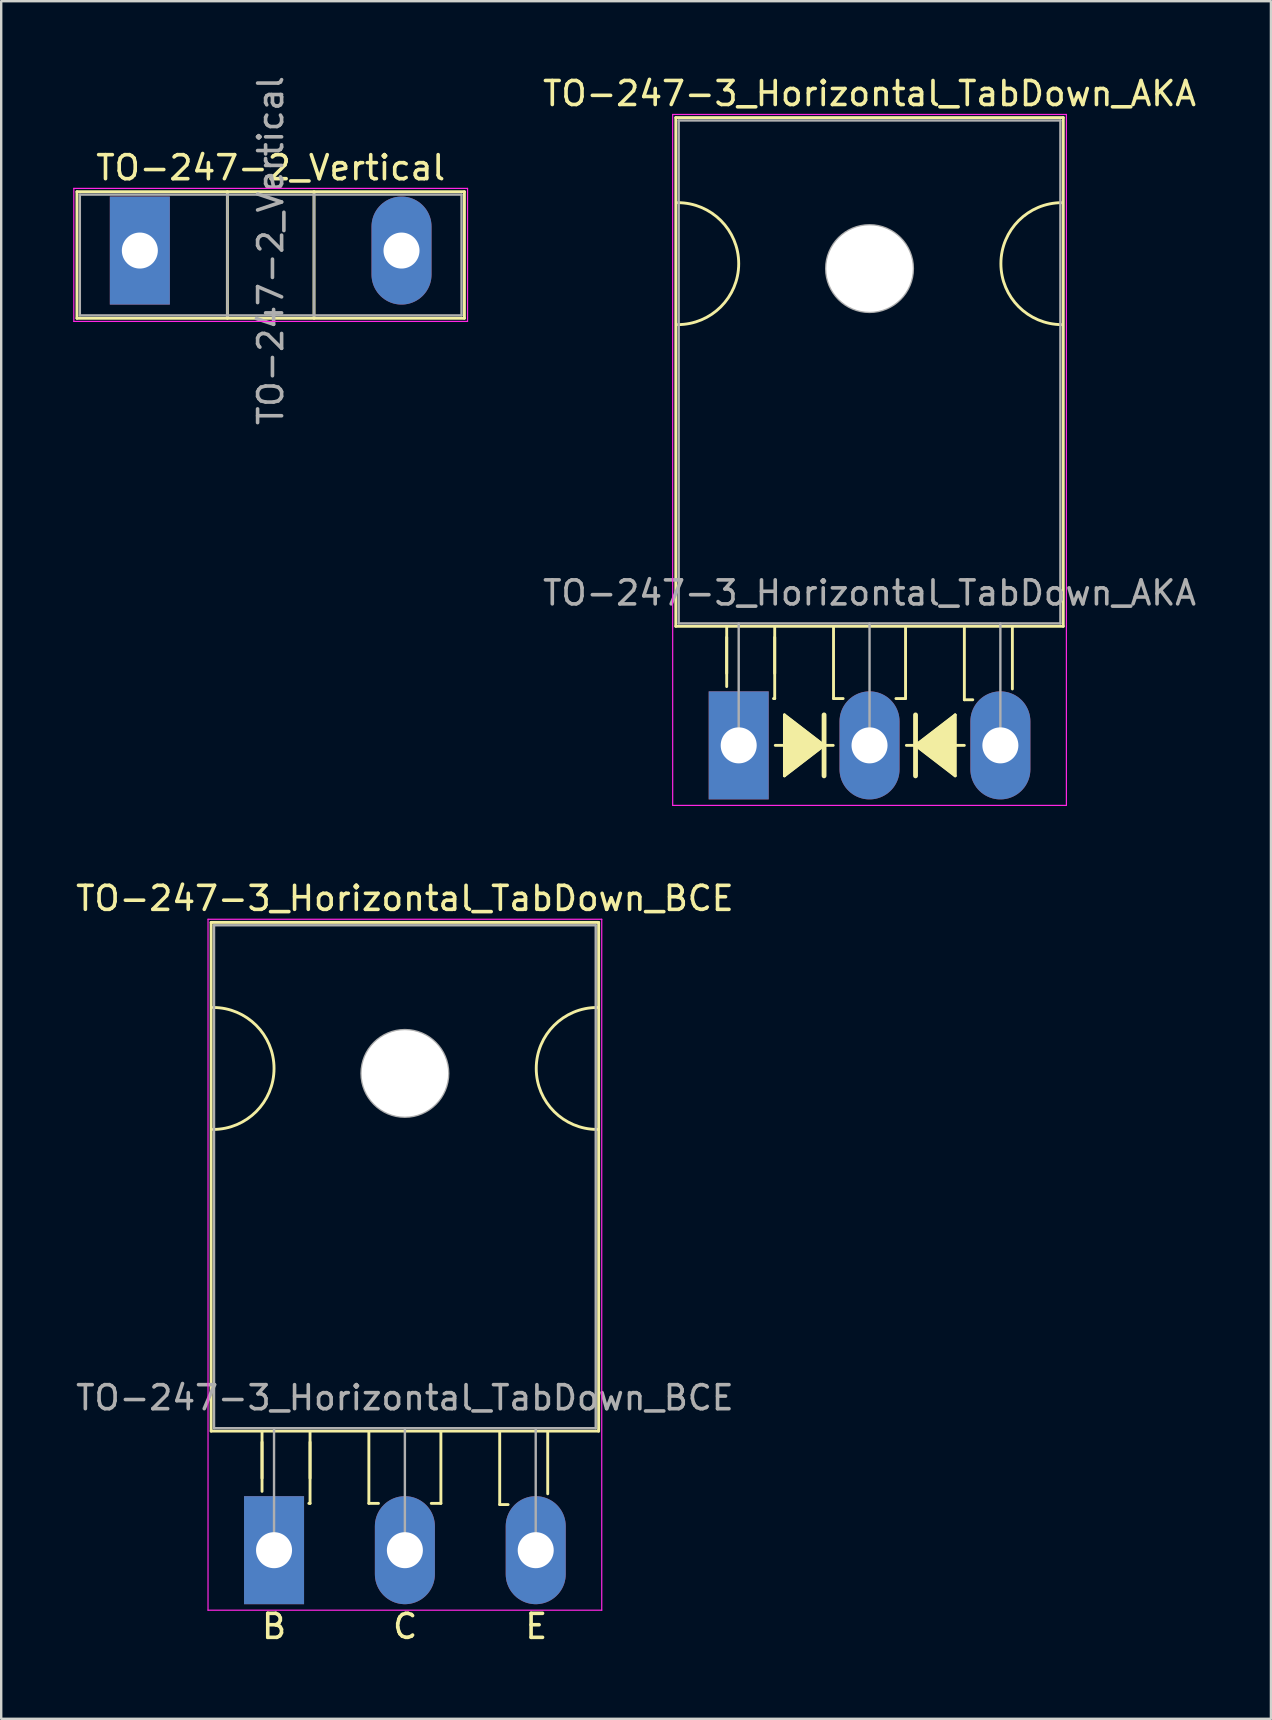
<source format=kicad_pcb>
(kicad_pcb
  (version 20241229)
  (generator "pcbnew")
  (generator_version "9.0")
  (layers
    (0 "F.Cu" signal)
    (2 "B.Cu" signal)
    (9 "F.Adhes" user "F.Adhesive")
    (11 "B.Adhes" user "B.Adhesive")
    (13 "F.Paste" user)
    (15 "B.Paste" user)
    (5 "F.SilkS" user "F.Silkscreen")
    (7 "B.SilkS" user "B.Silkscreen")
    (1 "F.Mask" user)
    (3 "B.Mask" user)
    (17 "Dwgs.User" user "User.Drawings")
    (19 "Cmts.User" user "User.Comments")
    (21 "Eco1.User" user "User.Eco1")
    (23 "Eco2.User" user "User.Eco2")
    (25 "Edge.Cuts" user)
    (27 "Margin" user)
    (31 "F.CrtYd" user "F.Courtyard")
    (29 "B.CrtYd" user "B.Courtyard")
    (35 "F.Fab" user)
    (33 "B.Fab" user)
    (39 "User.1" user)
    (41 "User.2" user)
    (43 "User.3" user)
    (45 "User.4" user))
  (footprint "TO-247-3_Horizontal_TabDown_BCE"
    (layer "F.Cu")
    (at 8.365 61.522)
    (property "Reference" "TO-247-3_Horizontal_TabDown_BCE" (at 5.45 -27.15 0) (layer "F.SilkS") (effects (font (size 1 1) (thickness 0.15))))
    (fp_line (start -2.62 -26.15) (end -2.62 -4.96) (stroke (width 0.12) (type solid)) (layer "F.SilkS"))
    (fp_line (start -2.62 -26.15) (end 13.52 -26.15) (stroke (width 0.12) (type solid)) (layer "F.SilkS"))
    (fp_line (start -2.62 -4.96) (end 13.52 -4.96) (stroke (width 0.12) (type solid)) (layer "F.SilkS"))
    (fp_line (start -0.5 -4.95) (end -0.5 -2.45) (stroke (width 0.12) (type solid)) (layer "F.SilkS"))
    (fp_line (start -0.5 -4.5) (end -0.5 -3) (stroke (width 0.12) (type solid)) (layer "F.SilkS"))
    (fp_line (start 1.5 -4.95) (end 1.5 -1.95) (stroke (width 0.12) (type solid)) (layer "F.SilkS"))
    (fp_line (start 1.5 -4.5) (end 1.5 -3) (stroke (width 0.12) (type solid)) (layer "F.SilkS"))
    (fp_line (start 1.5 -1.95) (end 1.45 -1.95) (stroke (width 0.12) (type solid)) (layer "F.SilkS"))
    (fp_line (start 3.95 -4.9) (end 3.95 -1.95) (stroke (width 0.12) (type solid)) (layer "F.SilkS"))
    (fp_line (start 3.95 -1.95) (end 4.35 -1.95) (stroke (width 0.12) (type solid)) (layer "F.SilkS"))
    (fp_line (start 6.95 -4.95) (end 6.95 -1.95) (stroke (width 0.12) (type solid)) (layer "F.SilkS"))
    (fp_line (start 6.95 -1.95) (end 6.55 -1.95) (stroke (width 0.12) (type solid)) (layer "F.SilkS"))
    (fp_line (start 9.4 -4.9) (end 9.4 -1.9) (stroke (width 0.12) (type solid)) (layer "F.SilkS"))
    (fp_line (start 9.4 -1.9) (end 9.75 -1.9) (stroke (width 0.12) (type solid)) (layer "F.SilkS"))
    (fp_line (start 11.4 -4.9) (end 11.4 -2.35) (stroke (width 0.12) (type solid)) (layer "F.SilkS"))
    (fp_line (start 13.52 -26.15) (end 13.52 -4.96) (stroke (width 0.12) (type solid)) (layer "F.SilkS"))
    (fp_arc (start -2.54 -22.606) (mid 0 -20.066) (end -2.54 -17.526) (stroke (width 0.12) (type solid)) (layer "F.SilkS"))
    (fp_arc (start 13.462 -17.526) (mid 10.922 -20.066) (end 13.462 -22.606) (stroke (width 0.12) (type solid)) (layer "F.SilkS"))
    (fp_line (start -2.75 -26.28) (end -2.75 2.5) (stroke (width 0.05) (type solid)) (layer "F.CrtYd"))
    (fp_line (start -2.75 2.5) (end 13.65 2.5) (stroke (width 0.05) (type solid)) (layer "F.CrtYd"))
    (fp_line (start 13.65 -26.28) (end -2.75 -26.28) (stroke (width 0.05) (type solid)) (layer "F.CrtYd"))
    (fp_line (start 13.65 2.5) (end 13.65 -26.28) (stroke (width 0.05) (type solid)) (layer "F.CrtYd"))
    (fp_line (start -2.5 -26.03) (end 13.4 -26.03) (stroke (width 0.1) (type solid)) (layer "F.Fab"))
    (fp_line (start -2.5 -5.08) (end -2.5 -26.03) (stroke (width 0.1) (type solid)) (layer "F.Fab"))
    (fp_line (start 0 -5.08) (end 0 0) (stroke (width 0.1) (type solid)) (layer "F.Fab"))
    (fp_line (start 5.45 -5.08) (end 5.45 0) (stroke (width 0.1) (type solid)) (layer "F.Fab"))
    (fp_line (start 10.9 -5.08) (end 10.9 0) (stroke (width 0.1) (type solid)) (layer "F.Fab"))
    (fp_line (start 13.4 -26.03) (end 13.4 -5.08) (stroke (width 0.1) (type solid)) (layer "F.Fab"))
    (fp_line (start 13.4 -5.08) (end -2.5 -5.08) (stroke (width 0.1) (type solid)) (layer "F.Fab"))
    (fp_circle (center 5.45 -19.86) (end 7.255 -19.86) (stroke (width 0.1) (type solid)) (fill no) (layer "F.Fab"))
    (fp_text user "B" (at 0 3.175 0) (unlocked yes) (layer "F.SilkS") (effects (font (size 1 1) (thickness 0.15))))
    (fp_text user "C" (at 5.461 3.175 0) (unlocked yes) (layer "F.SilkS") (effects (font (size 1 1) (thickness 0.15))))
    (fp_text user "E" (at 10.922 3.175 0) (unlocked yes) (layer "F.SilkS") (effects (font (size 1 1) (thickness 0.15))))
    (fp_text user "${REFERENCE}" (at 5.45 -6.35 0) (layer "F.Fab") (effects (font (size 1 1) (thickness 0.15))))
    (pad "" np_thru_hole oval (at 5.45 -19.86) (size 3.6 3.6) (drill 3.6) (layers "*.Cu" "*.Mask"))
    (pad "1" thru_hole rect (at 0 0) (size 2.5 4.5) (drill 1.5) (layers "*.Cu" "*.Mask"))
    (pad "2" thru_hole oval (at 5.45 0) (size 2.5 4.5) (drill 1.5) (layers "*.Cu" "*.Mask"))
    (pad "3" thru_hole oval (at 10.9 0) (size 2.5 4.5) (drill 1.5) (layers "*.Cu" "*.Mask")))
  (footprint "TO-247-2_Vertical"
    (layer "F.Cu")
    (at 2.775 7.387)
    (property "Reference" "TO-247-2_Vertical" (at 5.45 -3.45 0) (layer "F.SilkS") (effects (font (size 1 1) (thickness 0.15))))
    (attr through_hole)
    (fp_line (start -2.62 -2.451) (end -2.62 2.82) (stroke (width 0.12) (type solid)) (layer "F.SilkS"))
    (fp_line (start -2.62 -2.451) (end 13.52 -2.451) (stroke (width 0.12) (type solid)) (layer "F.SilkS"))
    (fp_line (start -2.62 2.82) (end 13.52 2.82) (stroke (width 0.12) (type solid)) (layer "F.SilkS"))
    (fp_line (start 3.646 -2.451) (end 3.646 2.82) (stroke (width 0.12) (type solid)) (layer "F.SilkS"))
    (fp_line (start 7.255 -2.451) (end 7.255 2.82) (stroke (width 0.12) (type solid)) (layer "F.SilkS"))
    (fp_line (start 13.52 -2.451) (end 13.52 2.82) (stroke (width 0.12) (type solid)) (layer "F.SilkS"))
    (fp_line (start -2.75 -2.59) (end -2.75 2.95) (stroke (width 0.05) (type solid)) (layer "F.CrtYd"))
    (fp_line (start -2.75 2.95) (end 13.65 2.95) (stroke (width 0.05) (type solid)) (layer "F.CrtYd"))
    (fp_line (start 13.65 -2.59) (end -2.75 -2.59) (stroke (width 0.05) (type solid)) (layer "F.CrtYd"))
    (fp_line (start 13.65 2.95) (end 13.65 -2.59) (stroke (width 0.05) (type solid)) (layer "F.CrtYd"))
    (fp_line (start -2.5 -2.33) (end -2.5 2.7) (stroke (width 0.1) (type solid)) (layer "F.Fab"))
    (fp_line (start -2.5 2.7) (end 13.4 2.7) (stroke (width 0.1) (type solid)) (layer "F.Fab"))
    (fp_line (start 3.645 -2.33) (end 3.645 2.7) (stroke (width 0.1) (type solid)) (layer "F.Fab"))
    (fp_line (start 7.255 -2.33) (end 7.255 2.7) (stroke (width 0.1) (type solid)) (layer "F.Fab"))
    (fp_line (start 13.4 -2.33) (end -2.5 -2.33) (stroke (width 0.1) (type solid)) (layer "F.Fab"))
    (fp_line (start 13.4 2.7) (end 13.4 -2.33) (stroke (width 0.1) (type solid)) (layer "F.Fab"))
    (fp_text user "${REFERENCE}" (at 5.45 0 90) (layer "F.Fab") (effects (font (size 1 1) (thickness 0.15))))
    (pad "1" thru_hole rect (at 0 0) (size 2.5 4.5) (drill 1.5) (layers "*.Cu" "*.Mask"))
    (pad "2" thru_hole oval (at 10.9 0) (size 2.5 4.5) (drill 1.5) (layers "*.Cu" "*.Mask")))
  (footprint "TO-247-3_Horizontal_TabDown_AKA"
    (layer "F.Cu")
    (at 27.72 27.998)
    (property "Reference" "TO-247-3_Horizontal_TabDown_AKA" (at 5.45 -27.15 0) (layer "F.SilkS") (effects (font (size 1 1) (thickness 0.15))))
    (attr through_hole)
    (fp_line (start -2.62 -26.15) (end -2.62 -4.96) (stroke (width 0.12) (type solid)) (layer "F.SilkS"))
    (fp_line (start -2.62 -26.15) (end 13.52 -26.15) (stroke (width 0.12) (type solid)) (layer "F.SilkS"))
    (fp_line (start -2.62 -4.96) (end 13.52 -4.96) (stroke (width 0.12) (type solid)) (layer "F.SilkS"))
    (fp_line (start -0.5 -4.95) (end -0.5 -2.45) (stroke (width 0.12) (type solid)) (layer "F.SilkS"))
    (fp_line (start -0.5 -4.5) (end -0.5 -3) (stroke (width 0.12) (type solid)) (layer "F.SilkS"))
    (fp_line (start 1.5 -4.95) (end 1.5 -1.95) (stroke (width 0.12) (type solid)) (layer "F.SilkS"))
    (fp_line (start 1.5 -4.5) (end 1.5 -3) (stroke (width 0.12) (type solid)) (layer "F.SilkS"))
    (fp_line (start 1.5 -1.95) (end 1.45 -1.95) (stroke (width 0.12) (type solid)) (layer "F.SilkS"))
    (fp_line (start 1.524 0) (end 1.905 0) (stroke (width 0.12) (type solid)) (layer "F.SilkS"))
    (fp_line (start 1.905 -1.27) (end 1.905 1.27) (stroke (width 0.12) (type solid)) (layer "F.SilkS"))
    (fp_line (start 1.905 1.27) (end 3.556 0) (stroke (width 0.12) (type solid)) (layer "F.SilkS"))
    (fp_line (start 3.556 0) (end 1.905 -1.27) (stroke (width 0.12) (type solid)) (layer "F.SilkS"))
    (fp_line (start 3.556 0) (end 3.556 -1.27) (stroke (width 0.2) (type solid)) (layer "F.SilkS"))
    (fp_line (start 3.556 1.27) (end 3.556 0) (stroke (width 0.2) (type solid)) (layer "F.SilkS"))
    (fp_line (start 3.937 0) (end 3.556 0) (stroke (width 0.12) (type solid)) (layer "F.SilkS"))
    (fp_line (start 3.95 -4.9) (end 3.95 -1.95) (stroke (width 0.12) (type solid)) (layer "F.SilkS"))
    (fp_line (start 3.95 -1.95) (end 4.35 -1.95) (stroke (width 0.12) (type solid)) (layer "F.SilkS"))
    (fp_line (start 6.95 -4.95) (end 6.95 -1.95) (stroke (width 0.12) (type solid)) (layer "F.SilkS"))
    (fp_line (start 6.95 -1.95) (end 6.55 -1.95) (stroke (width 0.12) (type solid)) (layer "F.SilkS"))
    (fp_line (start 6.985 0) (end 7.366 0) (stroke (width 0.12) (type solid)) (layer "F.SilkS"))
    (fp_line (start 7.366 -1.27) (end 7.366 0) (stroke (width 0.2) (type solid)) (layer "F.SilkS"))
    (fp_line (start 7.366 0) (end 7.366 1.27) (stroke (width 0.2) (type solid)) (layer "F.SilkS"))
    (fp_line (start 7.366 0) (end 9.017 1.27) (stroke (width 0.12) (type solid)) (layer "F.SilkS"))
    (fp_line (start 9.017 -1.27) (end 7.366 0) (stroke (width 0.12) (type solid)) (layer "F.SilkS"))
    (fp_line (start 9.017 1.27) (end 9.017 -1.27) (stroke (width 0.12) (type solid)) (layer "F.SilkS"))
    (fp_line (start 9.398 0) (end 9.017 0) (stroke (width 0.12) (type solid)) (layer "F.SilkS"))
    (fp_line (start 9.4 -4.9) (end 9.4 -1.9) (stroke (width 0.12) (type solid)) (layer "F.SilkS"))
    (fp_line (start 9.4 -1.9) (end 9.75 -1.9) (stroke (width 0.12) (type solid)) (layer "F.SilkS"))
    (fp_line (start 11.4 -4.9) (end 11.4 -2.35) (stroke (width 0.12) (type solid)) (layer "F.SilkS"))
    (fp_line (start 13.52 -26.15) (end 13.52 -4.96) (stroke (width 0.12) (type solid)) (layer "F.SilkS"))
    (fp_arc (start -2.54 -22.606) (mid 0 -20.066) (end -2.54 -17.526) (stroke (width 0.12) (type solid)) (layer "F.SilkS"))
    (fp_arc (start 13.462 -17.526) (mid 10.922 -20.066) (end 13.462 -22.606) (stroke (width 0.12) (type solid)) (layer "F.SilkS"))
    (fp_poly (pts (xy 3.556 0) (xy 1.905 1.27) (xy 1.905 -1.27)) (stroke (width 0.1) (type solid)) (fill yes) (layer "F.SilkS"))
    (fp_poly (pts (xy 9.017 1.27) (xy 7.366 0) (xy 9.017 -1.27)) (stroke (width 0.1) (type solid)) (fill yes) (layer "F.SilkS"))
    (fp_line (start -2.75 -26.28) (end -2.75 2.5) (stroke (width 0.05) (type solid)) (layer "F.CrtYd"))
    (fp_line (start -2.75 2.5) (end 13.65 2.5) (stroke (width 0.05) (type solid)) (layer "F.CrtYd"))
    (fp_line (start 13.65 -26.28) (end -2.75 -26.28) (stroke (width 0.05) (type solid)) (layer "F.CrtYd"))
    (fp_line (start 13.65 2.5) (end 13.65 -26.28) (stroke (width 0.05) (type solid)) (layer "F.CrtYd"))
    (fp_line (start -2.5 -26.03) (end 13.4 -26.03) (stroke (width 0.1) (type solid)) (layer "F.Fab"))
    (fp_line (start -2.5 -5.08) (end -2.5 -26.03) (stroke (width 0.1) (type solid)) (layer "F.Fab"))
    (fp_line (start 0 -5.08) (end 0 0) (stroke (width 0.1) (type solid)) (layer "F.Fab"))
    (fp_line (start 5.45 -5.08) (end 5.45 0) (stroke (width 0.1) (type solid)) (layer "F.Fab"))
    (fp_line (start 10.9 -5.08) (end 10.9 0) (stroke (width 0.1) (type solid)) (layer "F.Fab"))
    (fp_line (start 13.4 -26.03) (end 13.4 -5.08) (stroke (width 0.1) (type solid)) (layer "F.Fab"))
    (fp_line (start 13.4 -5.08) (end -2.5 -5.08) (stroke (width 0.1) (type solid)) (layer "F.Fab"))
    (fp_circle (center 5.45 -19.86) (end 7.255 -19.86) (stroke (width 0.1) (type solid)) (fill no) (layer "F.Fab"))
    (fp_text user "${REFERENCE}" (at 5.45 -6.35 0) (layer "F.Fab") (effects (font (size 1 1) (thickness 0.15))))
    (pad "" np_thru_hole oval (at 5.45 -19.86) (size 3.6 3.6) (drill 3.6) (layers "*.Cu" "*.Mask"))
    (pad "1" thru_hole rect (at 0 0) (size 2.5 4.5) (drill 1.5) (layers "*.Cu" "*.Mask"))
    (pad "2" thru_hole oval (at 5.45 0) (size 2.5 4.5) (drill 1.5) (layers "*.Cu" "*.Mask"))
    (pad "3" thru_hole oval (at 10.9 0) (size 2.5 4.5) (drill 1.5) (layers "*.Cu" "*.Mask")))
  (gr_rect
    (start -3 -3)
    (end 49.89 68.545)
    (stroke (width 0.1) (type default))
    (fill no)
    (layer "Edge.Cuts")))
</source>
